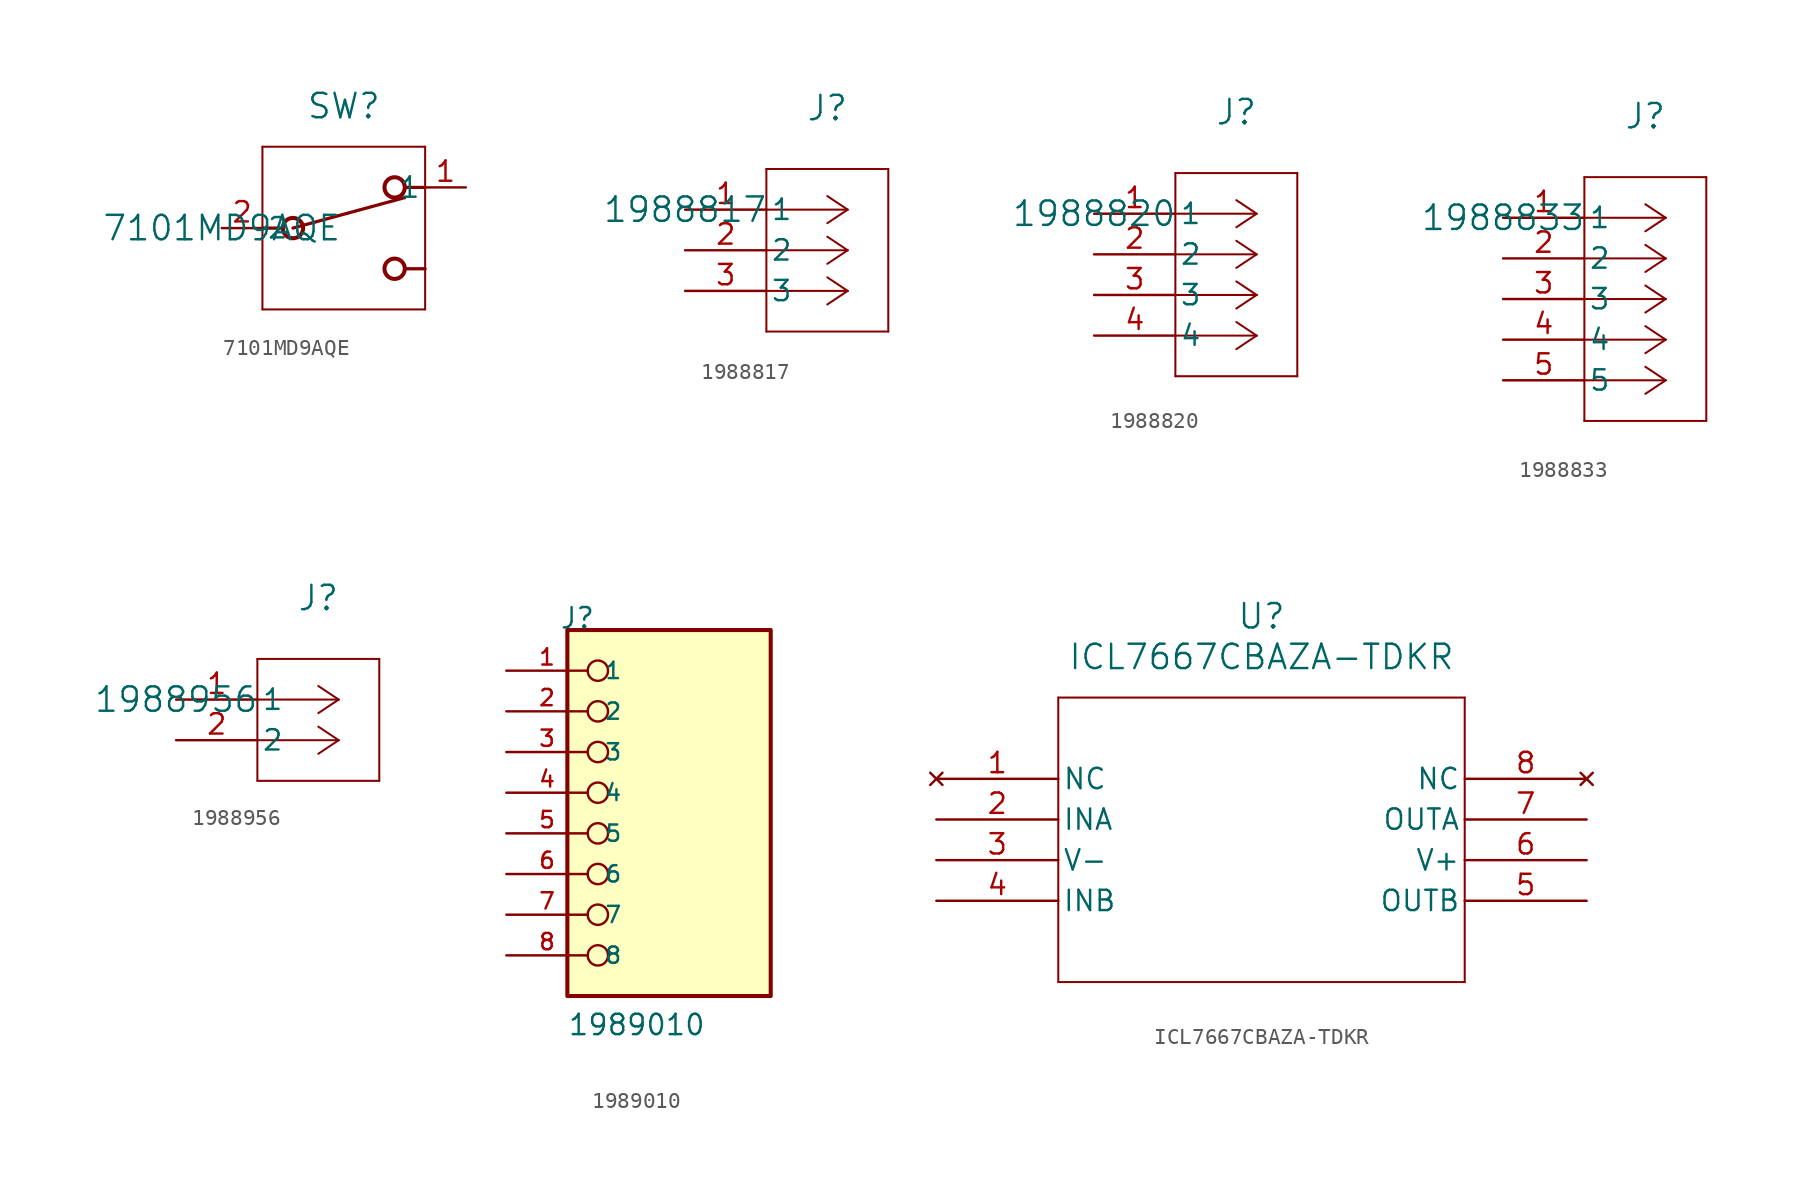
<source format=kicad_sym>
(kicad_symbol_lib
  (version 20231120)
  (generator "kicad_symbol_editor")
  (generator_version "8.0")
  (symbol "7101MD9AQE"
    (pin_names
      (offset 0.254))
    (property "Reference" "SW"
      (at 7.62 7.62 0)
      (effects (font (size 1.524 1.524))))
    (property "Value" "7101MD9AQE"
      (at 0 0 0)
      (effects (font (size 1.524 1.524))))
    (symbol "7101MD9AQE_0_1"
      (polyline (pts (xy 2.54 0) (xy 3.81 0)) (stroke (width 0.203) (type default)) (fill (type none)))
      (polyline (pts (xy 2.54 5.08) (xy 2.54 -5.08)) (stroke (width 0.127) (type default)) (fill (type none)))
      (polyline (pts (xy 2.54 5.08) (xy 12.7 5.08)) (stroke (width 0.127) (type default)) (fill (type none)))
      (polyline (pts (xy 4.445 0) (xy 11.43 1.905)) (stroke (width 0.203) (type default)) (fill (type none)))
      (polyline (pts (xy 12.7 -5.08) (xy 2.54 -5.08)) (stroke (width 0.127) (type default)) (fill (type none)))
      (polyline (pts (xy 12.7 -2.54) (xy 11.43 -2.54)) (stroke (width 0.203) (type default)) (fill (type none)))
      (polyline (pts (xy 12.7 2.54) (xy 11.43 2.54)) (stroke (width 0.203) (type default)) (fill (type none)))
      (polyline (pts (xy 12.7 5.08) (xy 12.7 -5.08)) (stroke (width 0.127) (type default)) (fill (type none)))
      (circle (center 4.445 0) (radius 0.635) (stroke (width 0.254) (type default)) (fill (type none)))
      (circle (center 10.795 -2.54) (radius 0.635) (stroke (width 0.254) (type default)) (fill (type none)))
      (circle (center 10.795 2.54) (radius 0.635) (stroke (width 0.254) (type default)) (fill (type none)))
      (pin unspecified line (at 15.24 2.54 180) (length 2.54) (name "1" (effects (font (size 1.27 1.27)))) (number "1" (effects (font (size 1.27 1.27)))))
      (pin unspecified line (at 0 0 0) (length 2.54) (name "2" (effects (font (size 1.27 1.27)))) (number "2" (effects (font (size 1.27 1.27)))))))
  (symbol "1988817"
    (pin_names
      (offset 0.254))
    (property "Reference" "J"
      (at 8.89 6.35 0)
      (effects (font (size 1.524 1.524))))
    (property "Value" "1988817"
      (at 0 0 0)
      (effects (font (size 1.524 1.524))))
    (symbol "1988817_0_1"
      (polyline (pts (xy 5.08 -7.62) (xy 12.7 -7.62)) (stroke (width 0.127) (type default)) (fill (type none)))
      (polyline (pts (xy 5.08 2.54) (xy 5.08 -7.62)) (stroke (width 0.127) (type default)) (fill (type none)))
      (polyline (pts (xy 10.16 -5.08) (xy 5.08 -5.08)) (stroke (width 0.127) (type default)) (fill (type none)))
      (polyline (pts (xy 10.16 -5.08) (xy 8.89 -5.927)) (stroke (width 0.127) (type default)) (fill (type none)))
      (polyline (pts (xy 10.16 -5.08) (xy 8.89 -4.233)) (stroke (width 0.127) (type default)) (fill (type none)))
      (polyline (pts (xy 10.16 -2.54) (xy 5.08 -2.54)) (stroke (width 0.127) (type default)) (fill (type none)))
      (polyline (pts (xy 10.16 -2.54) (xy 8.89 -3.387)) (stroke (width 0.127) (type default)) (fill (type none)))
      (polyline (pts (xy 10.16 -2.54) (xy 8.89 -1.693)) (stroke (width 0.127) (type default)) (fill (type none)))
      (polyline (pts (xy 10.16 0) (xy 5.08 0)) (stroke (width 0.127) (type default)) (fill (type none)))
      (polyline (pts (xy 10.16 0) (xy 8.89 -0.847)) (stroke (width 0.127) (type default)) (fill (type none)))
      (polyline (pts (xy 10.16 0) (xy 8.89 0.847)) (stroke (width 0.127) (type default)) (fill (type none)))
      (polyline (pts (xy 12.7 -7.62) (xy 12.7 2.54)) (stroke (width 0.127) (type default)) (fill (type none)))
      (polyline (pts (xy 12.7 2.54) (xy 5.08 2.54)) (stroke (width 0.127) (type default)) (fill (type none)))
      (pin unspecified line (at 0 0 0) (length 5.08) (name "1" (effects (font (size 1.27 1.27)))) (number "1" (effects (font (size 1.27 1.27)))))
      (pin unspecified line (at 0 -2.54 0) (length 5.08) (name "2" (effects (font (size 1.27 1.27)))) (number "2" (effects (font (size 1.27 1.27)))))
      (pin unspecified line (at 0 -5.08 0) (length 5.08) (name "3" (effects (font (size 1.27 1.27)))) (number "3" (effects (font (size 1.27 1.27)))))))
  (symbol "1988820"
    (pin_names
      (offset 0.254))
    (property "Reference" "J"
      (at 8.89 6.35 0)
      (effects (font (size 1.524 1.524))))
    (property "Value" "1988820"
      (at 0 0 0)
      (effects (font (size 1.524 1.524))))
    (symbol "1988820_0_1"
      (polyline (pts (xy 5.08 -10.16) (xy 12.7 -10.16)) (stroke (width 0.127) (type default)) (fill (type none)))
      (polyline (pts (xy 5.08 2.54) (xy 5.08 -10.16)) (stroke (width 0.127) (type default)) (fill (type none)))
      (polyline (pts (xy 10.16 -7.62) (xy 5.08 -7.62)) (stroke (width 0.127) (type default)) (fill (type none)))
      (polyline (pts (xy 10.16 -7.62) (xy 8.89 -8.467)) (stroke (width 0.127) (type default)) (fill (type none)))
      (polyline (pts (xy 10.16 -7.62) (xy 8.89 -6.773)) (stroke (width 0.127) (type default)) (fill (type none)))
      (polyline (pts (xy 10.16 -5.08) (xy 5.08 -5.08)) (stroke (width 0.127) (type default)) (fill (type none)))
      (polyline (pts (xy 10.16 -5.08) (xy 8.89 -5.927)) (stroke (width 0.127) (type default)) (fill (type none)))
      (polyline (pts (xy 10.16 -5.08) (xy 8.89 -4.233)) (stroke (width 0.127) (type default)) (fill (type none)))
      (polyline (pts (xy 10.16 -2.54) (xy 5.08 -2.54)) (stroke (width 0.127) (type default)) (fill (type none)))
      (polyline (pts (xy 10.16 -2.54) (xy 8.89 -3.387)) (stroke (width 0.127) (type default)) (fill (type none)))
      (polyline (pts (xy 10.16 -2.54) (xy 8.89 -1.693)) (stroke (width 0.127) (type default)) (fill (type none)))
      (polyline (pts (xy 10.16 0) (xy 5.08 0)) (stroke (width 0.127) (type default)) (fill (type none)))
      (polyline (pts (xy 10.16 0) (xy 8.89 -0.847)) (stroke (width 0.127) (type default)) (fill (type none)))
      (polyline (pts (xy 10.16 0) (xy 8.89 0.847)) (stroke (width 0.127) (type default)) (fill (type none)))
      (polyline (pts (xy 12.7 -10.16) (xy 12.7 2.54)) (stroke (width 0.127) (type default)) (fill (type none)))
      (polyline (pts (xy 12.7 2.54) (xy 5.08 2.54)) (stroke (width 0.127) (type default)) (fill (type none)))
      (pin unspecified line (at 0 0 0) (length 5.08) (name "1" (effects (font (size 1.27 1.27)))) (number "1" (effects (font (size 1.27 1.27)))))
      (pin unspecified line (at 0 -2.54 0) (length 5.08) (name "2" (effects (font (size 1.27 1.27)))) (number "2" (effects (font (size 1.27 1.27)))))
      (pin unspecified line (at 0 -5.08 0) (length 5.08) (name "3" (effects (font (size 1.27 1.27)))) (number "3" (effects (font (size 1.27 1.27)))))
      (pin unspecified line (at 0 -7.62 0) (length 5.08) (name "4" (effects (font (size 1.27 1.27)))) (number "4" (effects (font (size 1.27 1.27)))))))
  (symbol "1988833"
    (pin_names
      (offset 0.254))
    (property "Reference" "J"
      (at 8.89 6.35 0)
      (effects (font (size 1.524 1.524))))
    (property "Value" "1988833"
      (at 0 0 0)
      (effects (font (size 1.524 1.524))))
    (symbol "1988833_0_1"
      (polyline (pts (xy 5.08 -12.7) (xy 12.7 -12.7)) (stroke (width 0.127) (type default)) (fill (type none)))
      (polyline (pts (xy 5.08 2.54) (xy 5.08 -12.7)) (stroke (width 0.127) (type default)) (fill (type none)))
      (polyline (pts (xy 10.16 -10.16) (xy 5.08 -10.16)) (stroke (width 0.127) (type default)) (fill (type none)))
      (polyline (pts (xy 10.16 -10.16) (xy 8.89 -11.007)) (stroke (width 0.127) (type default)) (fill (type none)))
      (polyline (pts (xy 10.16 -10.16) (xy 8.89 -9.313)) (stroke (width 0.127) (type default)) (fill (type none)))
      (polyline (pts (xy 10.16 -7.62) (xy 5.08 -7.62)) (stroke (width 0.127) (type default)) (fill (type none)))
      (polyline (pts (xy 10.16 -7.62) (xy 8.89 -8.467)) (stroke (width 0.127) (type default)) (fill (type none)))
      (polyline (pts (xy 10.16 -7.62) (xy 8.89 -6.773)) (stroke (width 0.127) (type default)) (fill (type none)))
      (polyline (pts (xy 10.16 -5.08) (xy 5.08 -5.08)) (stroke (width 0.127) (type default)) (fill (type none)))
      (polyline (pts (xy 10.16 -5.08) (xy 8.89 -5.927)) (stroke (width 0.127) (type default)) (fill (type none)))
      (polyline (pts (xy 10.16 -5.08) (xy 8.89 -4.233)) (stroke (width 0.127) (type default)) (fill (type none)))
      (polyline (pts (xy 10.16 -2.54) (xy 5.08 -2.54)) (stroke (width 0.127) (type default)) (fill (type none)))
      (polyline (pts (xy 10.16 -2.54) (xy 8.89 -3.387)) (stroke (width 0.127) (type default)) (fill (type none)))
      (polyline (pts (xy 10.16 -2.54) (xy 8.89 -1.693)) (stroke (width 0.127) (type default)) (fill (type none)))
      (polyline (pts (xy 10.16 0) (xy 5.08 0)) (stroke (width 0.127) (type default)) (fill (type none)))
      (polyline (pts (xy 10.16 0) (xy 8.89 -0.847)) (stroke (width 0.127) (type default)) (fill (type none)))
      (polyline (pts (xy 10.16 0) (xy 8.89 0.847)) (stroke (width 0.127) (type default)) (fill (type none)))
      (polyline (pts (xy 12.7 -12.7) (xy 12.7 2.54)) (stroke (width 0.127) (type default)) (fill (type none)))
      (polyline (pts (xy 12.7 2.54) (xy 5.08 2.54)) (stroke (width 0.127) (type default)) (fill (type none)))
      (pin unspecified line (at 0 0 0) (length 5.08) (name "1" (effects (font (size 1.27 1.27)))) (number "1" (effects (font (size 1.27 1.27)))))
      (pin unspecified line (at 0 -2.54 0) (length 5.08) (name "2" (effects (font (size 1.27 1.27)))) (number "2" (effects (font (size 1.27 1.27)))))
      (pin unspecified line (at 0 -5.08 0) (length 5.08) (name "3" (effects (font (size 1.27 1.27)))) (number "3" (effects (font (size 1.27 1.27)))))
      (pin unspecified line (at 0 -7.62 0) (length 5.08) (name "4" (effects (font (size 1.27 1.27)))) (number "4" (effects (font (size 1.27 1.27)))))
      (pin unspecified line (at 0 -10.16 0) (length 5.08) (name "5" (effects (font (size 1.27 1.27)))) (number "5" (effects (font (size 1.27 1.27)))))))
  (symbol "1988956"
    (pin_names
      (offset 0.254))
    (property "Reference" "J"
      (at 8.89 6.35 0)
      (effects (font (size 1.524 1.524))))
    (property "Value" "1988956"
      (at 0 0 0)
      (effects (font (size 1.524 1.524))))
    (symbol "1988956_0_1"
      (polyline (pts (xy 5.08 -5.08) (xy 12.7 -5.08)) (stroke (width 0.127) (type default)) (fill (type none)))
      (polyline (pts (xy 5.08 2.54) (xy 5.08 -5.08)) (stroke (width 0.127) (type default)) (fill (type none)))
      (polyline (pts (xy 10.16 -2.54) (xy 5.08 -2.54)) (stroke (width 0.127) (type default)) (fill (type none)))
      (polyline (pts (xy 10.16 -2.54) (xy 8.89 -3.387)) (stroke (width 0.127) (type default)) (fill (type none)))
      (polyline (pts (xy 10.16 -2.54) (xy 8.89 -1.693)) (stroke (width 0.127) (type default)) (fill (type none)))
      (polyline (pts (xy 10.16 0) (xy 5.08 0)) (stroke (width 0.127) (type default)) (fill (type none)))
      (polyline (pts (xy 10.16 0) (xy 8.89 -0.847)) (stroke (width 0.127) (type default)) (fill (type none)))
      (polyline (pts (xy 10.16 0) (xy 8.89 0.847)) (stroke (width 0.127) (type default)) (fill (type none)))
      (polyline (pts (xy 12.7 -5.08) (xy 12.7 2.54)) (stroke (width 0.127) (type default)) (fill (type none)))
      (polyline (pts (xy 12.7 2.54) (xy 5.08 2.54)) (stroke (width 0.127) (type default)) (fill (type none)))
      (pin unspecified line (at 0 0 0) (length 5.08) (name "1" (effects (font (size 1.27 1.27)))) (number "1" (effects (font (size 1.27 1.27)))))
      (pin unspecified line (at 0 -2.54 0) (length 5.08) (name "2" (effects (font (size 1.27 1.27)))) (number "2" (effects (font (size 1.27 1.27)))))))
  (symbol "1989010"
    (pin_names
      (offset 1.016))
    (property "Reference" "J"
      (at -6.85 12.7 0)
      (effects (font (size 1.27 1.27)) (justify left bottom)))
    (property "Value" "1989010"
      (at -6.35 -12.7 0)
      (effects (font (size 1.27 1.27)) (justify left bottom)))
    (symbol "1989010_0_0"
      (rectangle (start -6.35 -10.16) (end 6.35 12.7) (stroke (width 0.254) (type default)) (fill (type background)))
      (circle (center -4.445 -7.62) (radius 0.635) (stroke (width 0.152) (type default)) (fill (type none)))
      (circle (center -4.445 -5.08) (radius 0.635) (stroke (width 0.152) (type default)) (fill (type none)))
      (circle (center -4.445 -2.54) (radius 0.635) (stroke (width 0.152) (type default)) (fill (type none)))
      (circle (center -4.445 0) (radius 0.635) (stroke (width 0.152) (type default)) (fill (type none)))
      (circle (center -4.445 2.54) (radius 0.635) (stroke (width 0.152) (type default)) (fill (type none)))
      (circle (center -4.445 5.08) (radius 0.635) (stroke (width 0.152) (type default)) (fill (type none)))
      (circle (center -4.445 7.62) (radius 0.635) (stroke (width 0.152) (type default)) (fill (type none)))
      (circle (center -4.445 10.16) (radius 0.635) (stroke (width 0.152) (type default)) (fill (type none)))
      (pin passive line (at -10.16 10.16 0) (length 5.08) (name "1" (effects (font (size 1.016 1.016)))) (number "1" (effects (font (size 1.016 1.016)))))
      (pin passive line (at -10.16 7.62 0) (length 5.08) (name "2" (effects (font (size 1.016 1.016)))) (number "2" (effects (font (size 1.016 1.016)))))
      (pin passive line (at -10.16 5.08 0) (length 5.08) (name "3" (effects (font (size 1.016 1.016)))) (number "3" (effects (font (size 1.016 1.016)))))
      (pin passive line (at -10.16 2.54 0) (length 5.08) (name "4" (effects (font (size 1.016 1.016)))) (number "4" (effects (font (size 1.016 1.016)))))
      (pin passive line (at -10.16 0 0) (length 5.08) (name "5" (effects (font (size 1.016 1.016)))) (number "5" (effects (font (size 1.016 1.016)))))
      (pin passive line (at -10.16 -2.54 0) (length 5.08) (name "6" (effects (font (size 1.016 1.016)))) (number "6" (effects (font (size 1.016 1.016)))))
      (pin passive line (at -10.16 -5.08 0) (length 5.08) (name "7" (effects (font (size 1.016 1.016)))) (number "7" (effects (font (size 1.016 1.016)))))
      (pin passive line (at -10.16 -7.62 0) (length 5.08) (name "8" (effects (font (size 1.016 1.016)))) (number "8" (effects (font (size 1.016 1.016)))))))
  (symbol "ICL7667CBAZA-TDKR"
    (pin_names
      (offset 0.254))
    (property "Reference" "U"
      (at 20.32 10.16 0)
      (effects (font (size 1.524 1.524))))
    (property "Value" "ICL7667CBAZA-TDKR"
      (at 20.32 7.62 0)
      (effects (font (size 1.524 1.524))))
    (symbol "ICL7667CBAZA-TDKR_0_1"
      (polyline (pts (xy 7.62 -12.7) (xy 33.02 -12.7)) (stroke (width 0.127) (type default)) (fill (type none)))
      (polyline (pts (xy 7.62 5.08) (xy 7.62 -12.7)) (stroke (width 0.127) (type default)) (fill (type none)))
      (polyline (pts (xy 33.02 -12.7) (xy 33.02 5.08)) (stroke (width 0.127) (type default)) (fill (type none)))
      (polyline (pts (xy 33.02 5.08) (xy 7.62 5.08)) (stroke (width 0.127) (type default)) (fill (type none)))
      (pin no_connect line (at 0 0 0) (length 7.62) (name "NC" (effects (font (size 1.27 1.27)))) (number "1" (effects (font (size 1.27 1.27)))))
      (pin input line (at 0 -2.54 0) (length 7.62) (name "INA" (effects (font (size 1.27 1.27)))) (number "2" (effects (font (size 1.27 1.27)))))
      (pin power_in line (at 0 -5.08 0) (length 7.62) (name "V-" (effects (font (size 1.27 1.27)))) (number "3" (effects (font (size 1.27 1.27)))))
      (pin input line (at 0 -7.62 0) (length 7.62) (name "INB" (effects (font (size 1.27 1.27)))) (number "4" (effects (font (size 1.27 1.27)))))
      (pin output line (at 40.64 -7.62 180) (length 7.62) (name "OUTB" (effects (font (size 1.27 1.27)))) (number "5" (effects (font (size 1.27 1.27)))))
      (pin power_in line (at 40.64 -5.08 180) (length 7.62) (name "V+" (effects (font (size 1.27 1.27)))) (number "6" (effects (font (size 1.27 1.27)))))
      (pin output line (at 40.64 -2.54 180) (length 7.62) (name "OUTA" (effects (font (size 1.27 1.27)))) (number "7" (effects (font (size 1.27 1.27)))))
      (pin no_connect line (at 40.64 0 180) (length 7.62) (name "NC" (effects (font (size 1.27 1.27)))) (number "8" (effects (font (size 1.27 1.27))))))))
</source>
